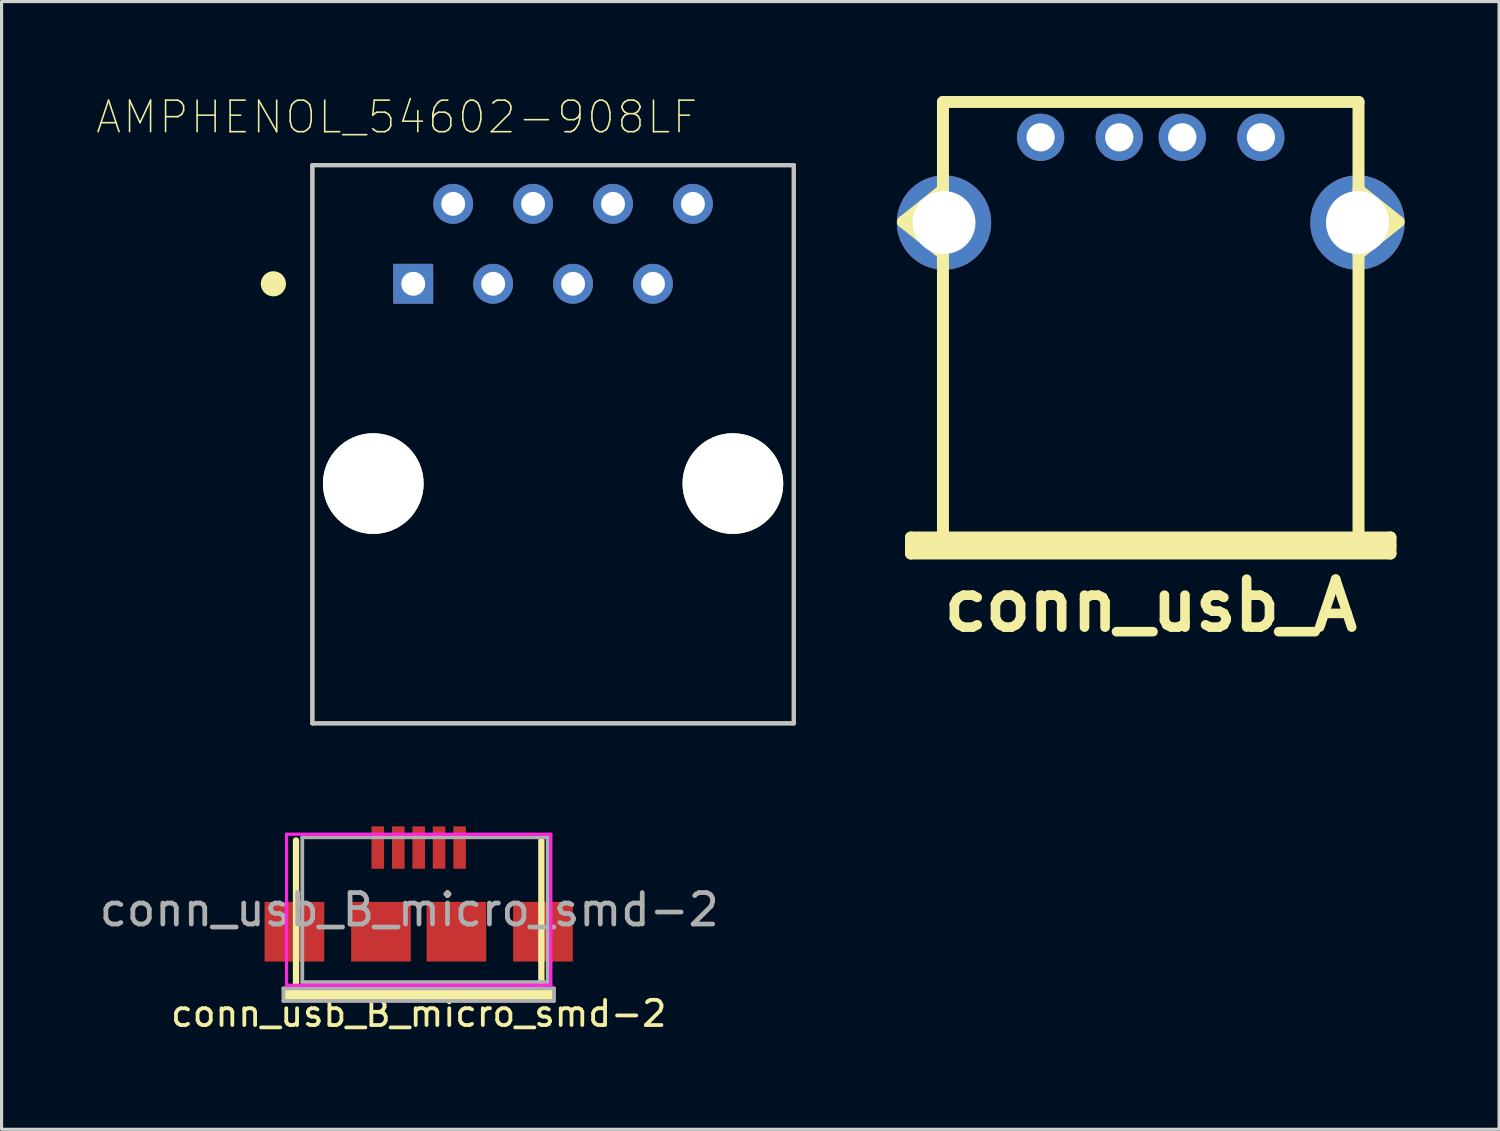
<source format=kicad_pcb>
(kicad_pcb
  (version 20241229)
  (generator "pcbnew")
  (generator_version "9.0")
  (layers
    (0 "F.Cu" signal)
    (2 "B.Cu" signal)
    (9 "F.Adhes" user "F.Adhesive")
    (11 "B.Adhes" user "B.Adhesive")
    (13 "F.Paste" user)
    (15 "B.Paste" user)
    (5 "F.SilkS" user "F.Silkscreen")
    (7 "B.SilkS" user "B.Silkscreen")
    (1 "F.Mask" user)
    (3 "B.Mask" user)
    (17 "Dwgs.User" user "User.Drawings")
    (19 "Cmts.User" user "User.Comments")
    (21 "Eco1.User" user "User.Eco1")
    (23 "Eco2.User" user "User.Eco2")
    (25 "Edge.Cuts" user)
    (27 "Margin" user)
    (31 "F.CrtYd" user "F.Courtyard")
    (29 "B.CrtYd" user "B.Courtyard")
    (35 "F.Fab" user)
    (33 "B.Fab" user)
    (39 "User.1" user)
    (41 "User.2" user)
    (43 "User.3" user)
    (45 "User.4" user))
  (footprint "conn_usb_B_micro_smd-2"
    (layer "F.Cu")
    (at 10.258 26.564)
    (property "Reference" "conn_usb_B_micro_smd-2" (at 0 2.601 0) (layer "F.SilkS") (effects (font (size 0.8 0.8) (thickness 0.12))))
    (attr through_hole)
    (fp_line (start -4.201 1.9) (end -4.201 2.101) (stroke (width 0.201) (type solid)) (layer "F.SilkS"))
    (fp_line (start -4.201 1.999) (end 4.201 1.999) (stroke (width 0.201) (type solid)) (layer "F.SilkS"))
    (fp_line (start -4.201 2.101) (end 4.201 2.101) (stroke (width 0.201) (type solid)) (layer "F.SilkS"))
    (fp_line (start -3.899 2.101) (end -3.899 -2.901) (stroke (width 0.201) (type solid)) (layer "F.SilkS"))
    (fp_line (start 3.899 -2.901) (end 3.899 2.101) (stroke (width 0.201) (type solid)) (layer "F.SilkS"))
    (fp_line (start 4.201 1.9) (end -4.201 1.9) (stroke (width 0.201) (type solid)) (layer "F.SilkS"))
    (fp_line (start 4.201 2.101) (end 4.201 1.9) (stroke (width 0.201) (type solid)) (layer "F.SilkS"))
    (fp_line (start -4.2 -3.1) (end -4.2 1.7) (stroke (width 0.1) (type solid)) (layer "F.CrtYd"))
    (fp_line (start -4.2 1.7) (end 4.2 1.7) (stroke (width 0.1) (type solid)) (layer "F.CrtYd"))
    (fp_line (start 4.2 -3.1) (end -4.2 -3.1) (stroke (width 0.1) (type solid)) (layer "F.CrtYd"))
    (fp_line (start 4.2 1.7) (end 4.2 -3.1) (stroke (width 0.1) (type solid)) (layer "F.CrtYd"))
    (fp_line (start -4.3 1.8) (end 4.3 1.8) (stroke (width 0.12) (type solid)) (layer "F.Fab"))
    (fp_line (start -4.3 2.2) (end -4.3 1.8) (stroke (width 0.12) (type solid)) (layer "F.Fab"))
    (fp_line (start -3.7 -3) (end 4.1 -3) (stroke (width 0.12) (type solid)) (layer "F.Fab"))
    (fp_line (start -3.7 1.6) (end -3.7 -3) (stroke (width 0.12) (type solid)) (layer "F.Fab"))
    (fp_line (start 4.1 -3) (end 4.1 1.6) (stroke (width 0.12) (type solid)) (layer "F.Fab"))
    (fp_line (start 4.1 1.6) (end -3.7 1.6) (stroke (width 0.12) (type solid)) (layer "F.Fab"))
    (fp_line (start 4.3 1.8) (end 4.3 2.1) (stroke (width 0.12) (type solid)) (layer "F.Fab"))
    (fp_line (start 4.3 2.1) (end 4.3 2.2) (stroke (width 0.12) (type solid)) (layer "F.Fab"))
    (fp_line (start 4.3 2.2) (end -4.3 2.2) (stroke (width 0.12) (type solid)) (layer "F.Fab"))
    (fp_text user "${REFERENCE}" (at -0.3 -0.7 0) (layer "F.Fab") (effects (font (size 1 1) (thickness 0.15))))
    (pad "1" smd rect (at -1.3 -2.675) (size 0.399 1.349) (layers "F.Cu" "F.Mask" "F.Paste"))
    (pad "2" smd rect (at -0.648 -2.675) (size 0.399 1.346) (layers "F.Cu" "F.Mask" "F.Paste"))
    (pad "3" smd rect (at 0 -2.675) (size 0.399 1.346) (layers "F.Cu" "F.Mask" "F.Paste"))
    (pad "4" smd rect (at 0.648 -2.675) (size 0.399 1.346) (layers "F.Cu" "F.Mask" "F.Paste"))
    (pad "5" smd rect (at 1.3 -2.675) (size 0.399 1.346) (layers "F.Cu" "F.Mask" "F.Paste"))
    (pad "6" smd rect (at -3.95 0) (size 1.897 1.897) (layers "F.Cu" "F.Mask" "F.Paste"))
    (pad "6" smd rect (at -1.199 0) (size 1.897 1.897) (layers "F.Cu" "F.Mask" "F.Paste"))
    (pad "7" smd rect (at 1.199 0) (size 1.897 1.897) (layers "F.Cu" "F.Mask" "F.Paste"))
    (pad "7" smd rect (at 3.95 0) (size 1.897 1.897) (layers "F.Cu" "F.Mask" "F.Paste")))
  (footprint "conn_usb_A"
    (layer "F.Cu")
    (at 33.525 7.303)
    (property "Reference" "conn_usb_A" (at 0 8.89 0) (layer "F.SilkS") (effects (font (size 1.524 1.524) (thickness 0.305))))
    (attr through_hole)
    (fp_line (start -7.874 -3.302) (end -6.604 -2.286) (stroke (width 0.381) (type solid)) (layer "F.SilkS"))
    (fp_line (start -7.62 6.731) (end -7.62 7.239) (stroke (width 0.381) (type solid)) (layer "F.SilkS"))
    (fp_line (start -7.62 6.731) (end 7.62 6.731) (stroke (width 0.381) (type solid)) (layer "F.SilkS"))
    (fp_line (start -7.62 6.985) (end 7.62 6.985) (stroke (width 0.381) (type solid)) (layer "F.SilkS"))
    (fp_line (start -6.604 -7.112) (end -6.604 7.112) (stroke (width 0.381) (type solid)) (layer "F.SilkS"))
    (fp_line (start -6.604 -4.318) (end -7.874 -3.302) (stroke (width 0.381) (type solid)) (layer "F.SilkS"))
    (fp_line (start 6.604 -7.112) (end -6.604 -7.112) (stroke (width 0.381) (type solid)) (layer "F.SilkS"))
    (fp_line (start 6.604 -4.318) (end 7.874 -3.302) (stroke (width 0.381) (type solid)) (layer "F.SilkS"))
    (fp_line (start 6.604 7.112) (end 6.604 -7.112) (stroke (width 0.381) (type solid)) (layer "F.SilkS"))
    (fp_line (start 7.62 6.731) (end 7.62 7.239) (stroke (width 0.381) (type solid)) (layer "F.SilkS"))
    (fp_line (start 7.62 7.239) (end -7.62 7.239) (stroke (width 0.381) (type solid)) (layer "F.SilkS"))
    (fp_line (start 7.874 -3.302) (end 6.604 -2.286) (stroke (width 0.381) (type solid)) (layer "F.SilkS"))
    (pad "1" thru_hole circle (at -3.5 -5.989) (size 1.501 1.501) (drill 0.899) (layers "*.Cu" "*.Mask"))
    (pad "2" thru_hole circle (at -1.001 -5.989) (size 1.501 1.501) (drill 0.899) (layers "*.Cu" "*.Mask"))
    (pad "3" thru_hole circle (at 1.001 -5.989) (size 1.501 1.501) (drill 0.899) (layers "*.Cu" "*.Mask"))
    (pad "4" thru_hole circle (at 3.5 -5.989) (size 1.501 1.501) (drill 0.899) (layers "*.Cu" "*.Mask"))
    (pad "5" thru_hole circle (at -6.571 -3.279) (size 3 3) (drill 1.999) (layers "*.Cu" "*.Mask"))
    (pad "5" thru_hole circle (at 6.571 -3.279) (size 3 3) (drill 1.999) (layers "*.Cu" "*.Mask")))
  (footprint "AMPHENOL_54602-908LF"
    (layer "F.Cu")
    (at 14.529 12.32)
    (property "Reference" "AMPHENOL_54602-908LF" (at -4.968 -11.646 0) (layer "F.SilkS") (effects (font (size 1.002 1.002) (thickness 0.05))))
    (attr through_hole)
    (fp_line (start -7.65 -10.12) (end 7.65 -10.12) (stroke (width 0.127) (type solid)) (layer "F.SilkS"))
    (fp_line (start -7.65 7.62) (end -7.65 -10.12) (stroke (width 0.127) (type solid)) (layer "F.SilkS"))
    (fp_line (start 7.65 -10.12) (end 7.65 7.62) (stroke (width 0.127) (type solid)) (layer "F.SilkS"))
    (fp_line (start 7.65 7.62) (end -7.65 7.62) (stroke (width 0.127) (type solid)) (layer "F.SilkS"))
    (fp_circle (center -8.89 -6.35) (end -8.69 -6.35) (stroke (width 0.4) (type solid)) (fill no) (layer "F.SilkS"))
    (fp_line (start -7.65 -10.12) (end -7.65 7.62) (stroke (width 0.127) (type solid)) (layer "Dwgs.User"))
    (fp_line (start -7.65 7.62) (end 7.65 7.62) (stroke (width 0.127) (type solid)) (layer "Dwgs.User"))
    (fp_line (start 7.65 -10.12) (end -7.65 -10.12) (stroke (width 0.127) (type solid)) (layer "Dwgs.User"))
    (fp_line (start 7.65 7.62) (end 7.65 -10.12) (stroke (width 0.127) (type solid)) (layer "Dwgs.User"))
    (fp_line (start -7.9 -10.37) (end -7.9 7.87) (stroke (width 0.05) (type solid)) (layer "Eco1.User"))
    (fp_line (start -7.9 7.87) (end 7.9 7.87) (stroke (width 0.05) (type solid)) (layer "Eco1.User"))
    (fp_line (start 7.9 -10.37) (end -7.9 -10.37) (stroke (width 0.05) (type solid)) (layer "Eco1.User"))
    (fp_line (start 7.9 7.87) (end 7.9 -10.37) (stroke (width 0.05) (type solid)) (layer "Eco1.User"))
    (pad "" np_thru_hole circle (at -5.715 0) (size 3.2 3.2) (drill 3.2) (layers "*.Cu" "*.Mask" "F.SilkS"))
    (pad "" np_thru_hole circle (at 5.715 0) (size 3.2 3.2) (drill 3.2) (layers "*.Cu" "*.Mask" "F.SilkS"))
    (pad "1" thru_hole rect (at -4.445 -6.35 180) (size 1.268 1.268) (drill 0.76) (layers "*.Cu" "*.Mask"))
    (pad "2" thru_hole circle (at -3.175 -8.89 180) (size 1.268 1.268) (drill 0.76) (layers "*.Cu" "*.Mask"))
    (pad "3" thru_hole circle (at -1.905 -6.35 180) (size 1.268 1.268) (drill 0.76) (layers "*.Cu" "*.Mask"))
    (pad "4" thru_hole circle (at -0.635 -8.89 180) (size 1.268 1.268) (drill 0.76) (layers "*.Cu" "*.Mask"))
    (pad "5" thru_hole circle (at 0.635 -6.35 180) (size 1.268 1.268) (drill 0.76) (layers "*.Cu" "*.Mask"))
    (pad "6" thru_hole circle (at 1.905 -8.89 180) (size 1.268 1.268) (drill 0.76) (layers "*.Cu" "*.Mask"))
    (pad "7" thru_hole circle (at 3.175 -6.35 180) (size 1.268 1.268) (drill 0.76) (layers "*.Cu" "*.Mask"))
    (pad "8" thru_hole circle (at 4.445 -8.89 180) (size 1.268 1.268) (drill 0.76) (layers "*.Cu" "*.Mask")))
  (gr_rect
    (start -3 -3)
    (end 44.596 32.844)
    (stroke (width 0.1) (type default))
    (fill no)
    (layer "Edge.Cuts")))
</source>
